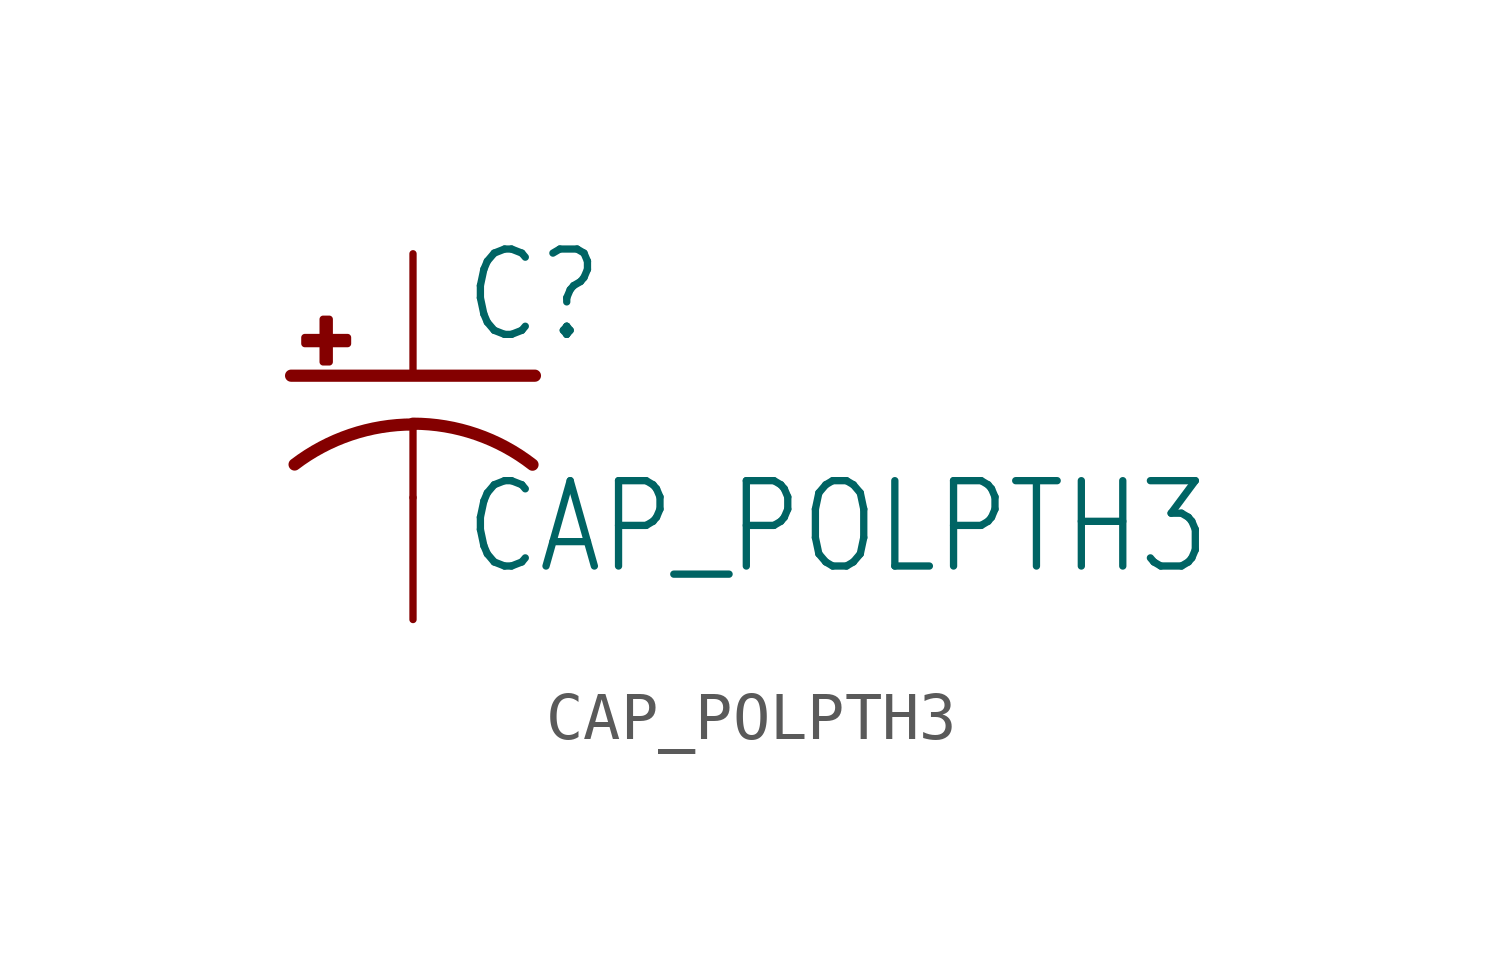
<source format=kicad_sym>
(kicad_symbol_lib
  (version 20211014)
  (generator kicad_symbol_editor)
  (symbol "CAP_POLPTH3"
    (property "Reference" "C"
      (at 1.016 0.635 0)
      (effects (font (size 1.778 1.511)) (justify left bottom)))
    (property "Value" "CAP_POLPTH3"
      (at 1.016 -4.191 0)
      (effects (font (size 1.778 1.511)) (justify left bottom)))
    (property "ki_locked" ""
      (at 0 0 0)
      (effects (font (size 1.27 1.27))))
    (symbol "CAP_POLPTH3_1_0"
      (rectangle (start -2.253 0.668) (end -1.364 0.795) (stroke (width 0) (type default) (color 0 0 0 0)) (fill (type outline)))
      (rectangle (start -1.872 0.287) (end -1.745 1.176) (stroke (width 0) (type default) (color 0 0 0 0)) (fill (type outline)))
      (arc (start 0 -1.0161) (mid -1.3021 -1.2302) (end -2.4669 -1.8504) (stroke (width 0.254) (type default) (color 0 0 0 0)) (fill (type none)))
      (polyline (pts (xy -2.54 0) (xy 2.54 0)) (stroke (width 0.254) (type default) (color 0 0 0 0)) (fill (type none)))
      (polyline (pts (xy 0 -1.016) (xy 0 -2.54)) (stroke (width 0.152) (type default) (color 0 0 0 0)) (fill (type none)))
      (arc (start 2.4892 -1.8542) (mid 1.3158 -1.2195) (end 0 -1) (stroke (width 0.254) (type default) (color 0 0 0 0)) (fill (type none)))
      (pin passive line (at 0 2.54 270) (length 2.54) (name "+" (effects (font (size 0 0)))) (number "1" (effects (font (size 0 0)))))
      (pin passive line (at 0 -5.08 90) (length 2.54) (name "-" (effects (font (size 0 0)))) (number "2" (effects (font (size 0 0))))))))
</source>
